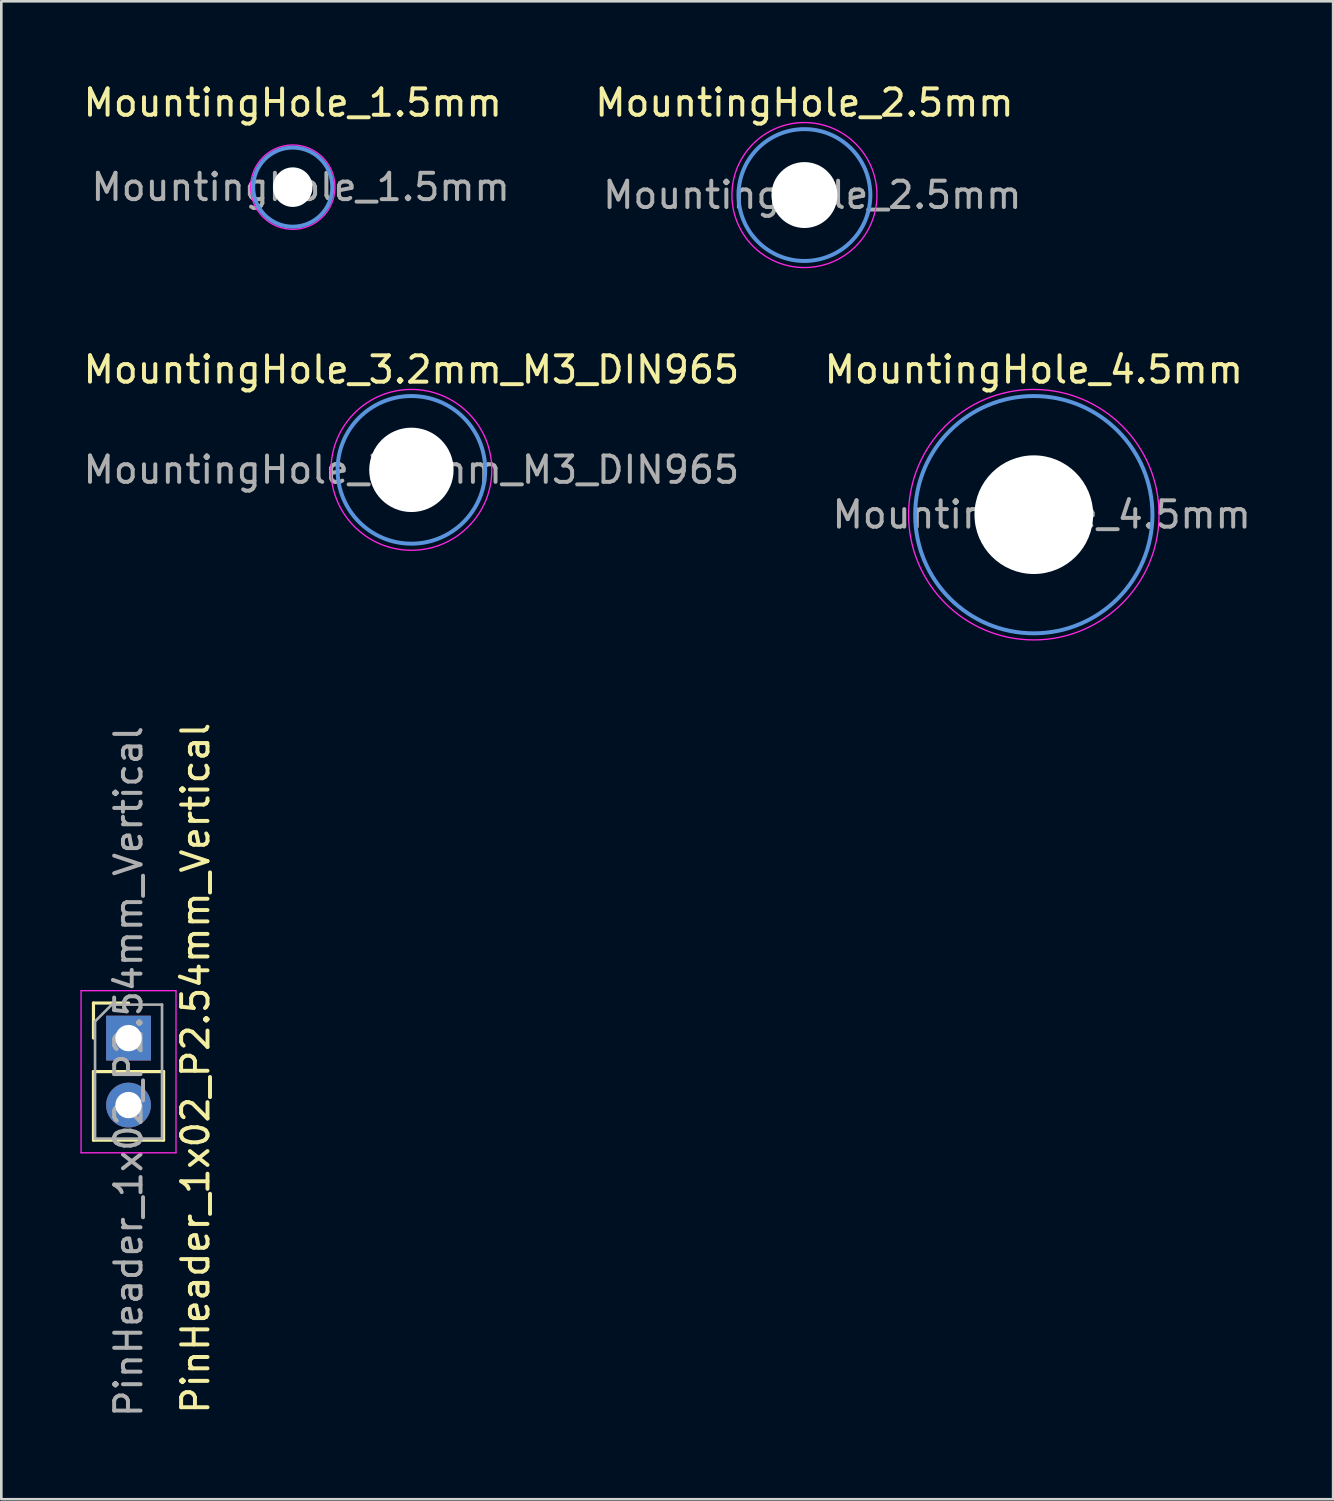
<source format=kicad_pcb>
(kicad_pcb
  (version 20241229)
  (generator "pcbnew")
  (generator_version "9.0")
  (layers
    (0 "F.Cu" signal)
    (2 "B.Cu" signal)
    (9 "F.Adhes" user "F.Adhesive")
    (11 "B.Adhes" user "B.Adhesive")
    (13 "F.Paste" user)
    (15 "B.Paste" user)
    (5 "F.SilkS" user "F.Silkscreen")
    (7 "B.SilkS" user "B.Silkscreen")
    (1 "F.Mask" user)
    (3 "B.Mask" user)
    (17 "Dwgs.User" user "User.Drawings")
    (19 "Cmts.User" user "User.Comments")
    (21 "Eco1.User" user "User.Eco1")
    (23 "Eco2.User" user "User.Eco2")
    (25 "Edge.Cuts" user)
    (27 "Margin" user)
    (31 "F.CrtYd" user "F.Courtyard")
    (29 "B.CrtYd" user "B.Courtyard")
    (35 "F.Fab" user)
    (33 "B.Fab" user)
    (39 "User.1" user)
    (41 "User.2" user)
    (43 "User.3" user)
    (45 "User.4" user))
  (footprint "MountingHole_2.5mm"
    (layer "F.Cu")
    (at 27.461 4.348)
    (property "Reference" "MountingHole_2.5mm" (at 0 -3.5 0) (layer "F.SilkS") (effects (font (size 1 1) (thickness 0.15))))
    (attr exclude_from_pos_files exclude_from_bom)
    (fp_circle (center 0 0) (end 2.5 0) (stroke (width 0.15) (type solid)) (fill no) (layer "Cmts.User"))
    (fp_circle (center 0 0) (end 2.75 0) (stroke (width 0.05) (type solid)) (fill no) (layer "F.CrtYd"))
    (fp_text user "${REFERENCE}" (at 0.3 0 0) (layer "F.Fab") (effects (font (size 1 1) (thickness 0.15))))
    (pad "" np_thru_hole circle (at 0 0) (size 2.5 2.5) (drill 2.5) (layers "*.Cu" "*.Mask")))
  (footprint "MountingHole_3.2mm_M3_DIN965"
    (layer "F.Cu")
    (at 12.554 14.771)
    (property "Reference" "MountingHole_3.2mm_M3_DIN965" (at 0 -3.8 0) (layer "F.SilkS") (effects (font (size 1 1) (thickness 0.15))))
    (attr board_only exclude_from_pos_files exclude_from_bom)
    (fp_circle (center 0 0) (end 2.8 0) (stroke (width 0.15) (type solid)) (fill no) (layer "Cmts.User"))
    (fp_circle (center 0 0) (end 3.05 0) (stroke (width 0.05) (type solid)) (fill no) (layer "F.CrtYd"))
    (fp_text user "${REFERENCE}" (at 0 0 0) (layer "F.Fab") (effects (font (size 1 1) (thickness 0.15))))
    (pad "" np_thru_hole circle (at 0 0) (size 3.2 3.2) (drill 3.2) (layers "*.Cu" "*.Mask")))
  (footprint "MountingHole_4.5mm"
    (layer "F.Cu")
    (at 36.161 16.471)
    (property "Reference" "MountingHole_4.5mm" (at 0 -5.5 180) (layer "F.SilkS") (effects (font (size 1 1) (thickness 0.15))))
    (attr exclude_from_pos_files exclude_from_bom)
    (fp_circle (center 0 0) (end 4.5 0) (stroke (width 0.15) (type solid)) (fill no) (layer "Cmts.User"))
    (fp_circle (center 0 0) (end 4.75 0) (stroke (width 0.05) (type solid)) (fill no) (layer "F.CrtYd"))
    (fp_text user "${REFERENCE}" (at 0.3 0 180) (layer "F.Fab") (effects (font (size 1 1) (thickness 0.15))))
    (pad "" np_thru_hole circle (at 0 0) (size 4.5 4.5) (drill 4.5) (layers "*.Cu" "*.Mask")))
  (footprint "PinHeader_1x02_P2.54mm_Vertical"
    (layer "F.Cu")
    (at 1.825 36.324)
    (property "Reference" "PinHeader_1x02_P2.54mm_Vertical" (at 2.54 1.143 270) (layer "F.SilkS") (effects (font (size 1 1) (thickness 0.15))))
    (attr through_hole)
    (fp_line (start -1.33 -1.33) (end 0 -1.33) (stroke (width 0.12) (type solid)) (layer "F.SilkS"))
    (fp_line (start -1.33 0) (end -1.33 -1.33) (stroke (width 0.12) (type solid)) (layer "F.SilkS"))
    (fp_line (start -1.33 1.27) (end -1.33 3.87) (stroke (width 0.12) (type solid)) (layer "F.SilkS"))
    (fp_line (start -1.33 1.27) (end 1.33 1.27) (stroke (width 0.12) (type solid)) (layer "F.SilkS"))
    (fp_line (start -1.33 3.87) (end 1.33 3.87) (stroke (width 0.12) (type solid)) (layer "F.SilkS"))
    (fp_line (start 1.33 1.27) (end 1.33 3.87) (stroke (width 0.12) (type solid)) (layer "F.SilkS"))
    (fp_line (start -1.8 -1.8) (end -1.8 4.35) (stroke (width 0.05) (type solid)) (layer "F.CrtYd"))
    (fp_line (start -1.8 4.35) (end 1.8 4.35) (stroke (width 0.05) (type solid)) (layer "F.CrtYd"))
    (fp_line (start 1.8 -1.8) (end -1.8 -1.8) (stroke (width 0.05) (type solid)) (layer "F.CrtYd"))
    (fp_line (start 1.8 4.35) (end 1.8 -1.8) (stroke (width 0.05) (type solid)) (layer "F.CrtYd"))
    (fp_line (start -1.27 -0.635) (end -0.635 -1.27) (stroke (width 0.1) (type solid)) (layer "F.Fab"))
    (fp_line (start -1.27 3.81) (end -1.27 -0.635) (stroke (width 0.1) (type solid)) (layer "F.Fab"))
    (fp_line (start -0.635 -1.27) (end 1.27 -1.27) (stroke (width 0.1) (type solid)) (layer "F.Fab"))
    (fp_line (start 1.27 -1.27) (end 1.27 3.81) (stroke (width 0.1) (type solid)) (layer "F.Fab"))
    (fp_line (start 1.27 3.81) (end -1.27 3.81) (stroke (width 0.1) (type solid)) (layer "F.Fab"))
    (fp_text user "${REFERENCE}" (at 0 1.27 90) (layer "F.Fab") (effects (font (size 1 1) (thickness 0.15))))
    (pad "1" thru_hole rect (at 0 0) (size 1.7 1.7) (drill 1) (layers "*.Cu" "*.Mask"))
    (pad "2" thru_hole oval (at 0 2.54) (size 1.7 1.7) (drill 1) (layers "*.Cu" "*.Mask")))
  (footprint "MountingHole_1.5mm"
    (layer "F.Cu")
    (at 8.054 4.048)
    (property "Reference" "MountingHole_1.5mm" (at 0 -3.2 0) (layer "F.SilkS") (effects (font (size 1 1) (thickness 0.15))))
    (attr board_only exclude_from_pos_files exclude_from_bom)
    (fp_circle (center 0 0) (end 1.5 0) (stroke (width 0.15) (type solid)) (fill no) (layer "Cmts.User"))
    (fp_circle (center 0 0) (end 1.6 0) (stroke (width 0.05) (type solid)) (fill no) (layer "F.CrtYd"))
    (fp_text user "${REFERENCE}" (at 0.3 0 0) (layer "F.Fab") (effects (font (size 1 1) (thickness 0.15))))
    (pad "" np_thru_hole circle (at 0 0) (size 1.5 1.5) (drill 1.5) (layers "*.Cu" "*.Mask")))
  (gr_rect
    (start -3 -3)
    (end 47.514 53.814)
    (stroke (width 0.1) (type default))
    (fill no)
    (layer "Edge.Cuts")))
</source>
